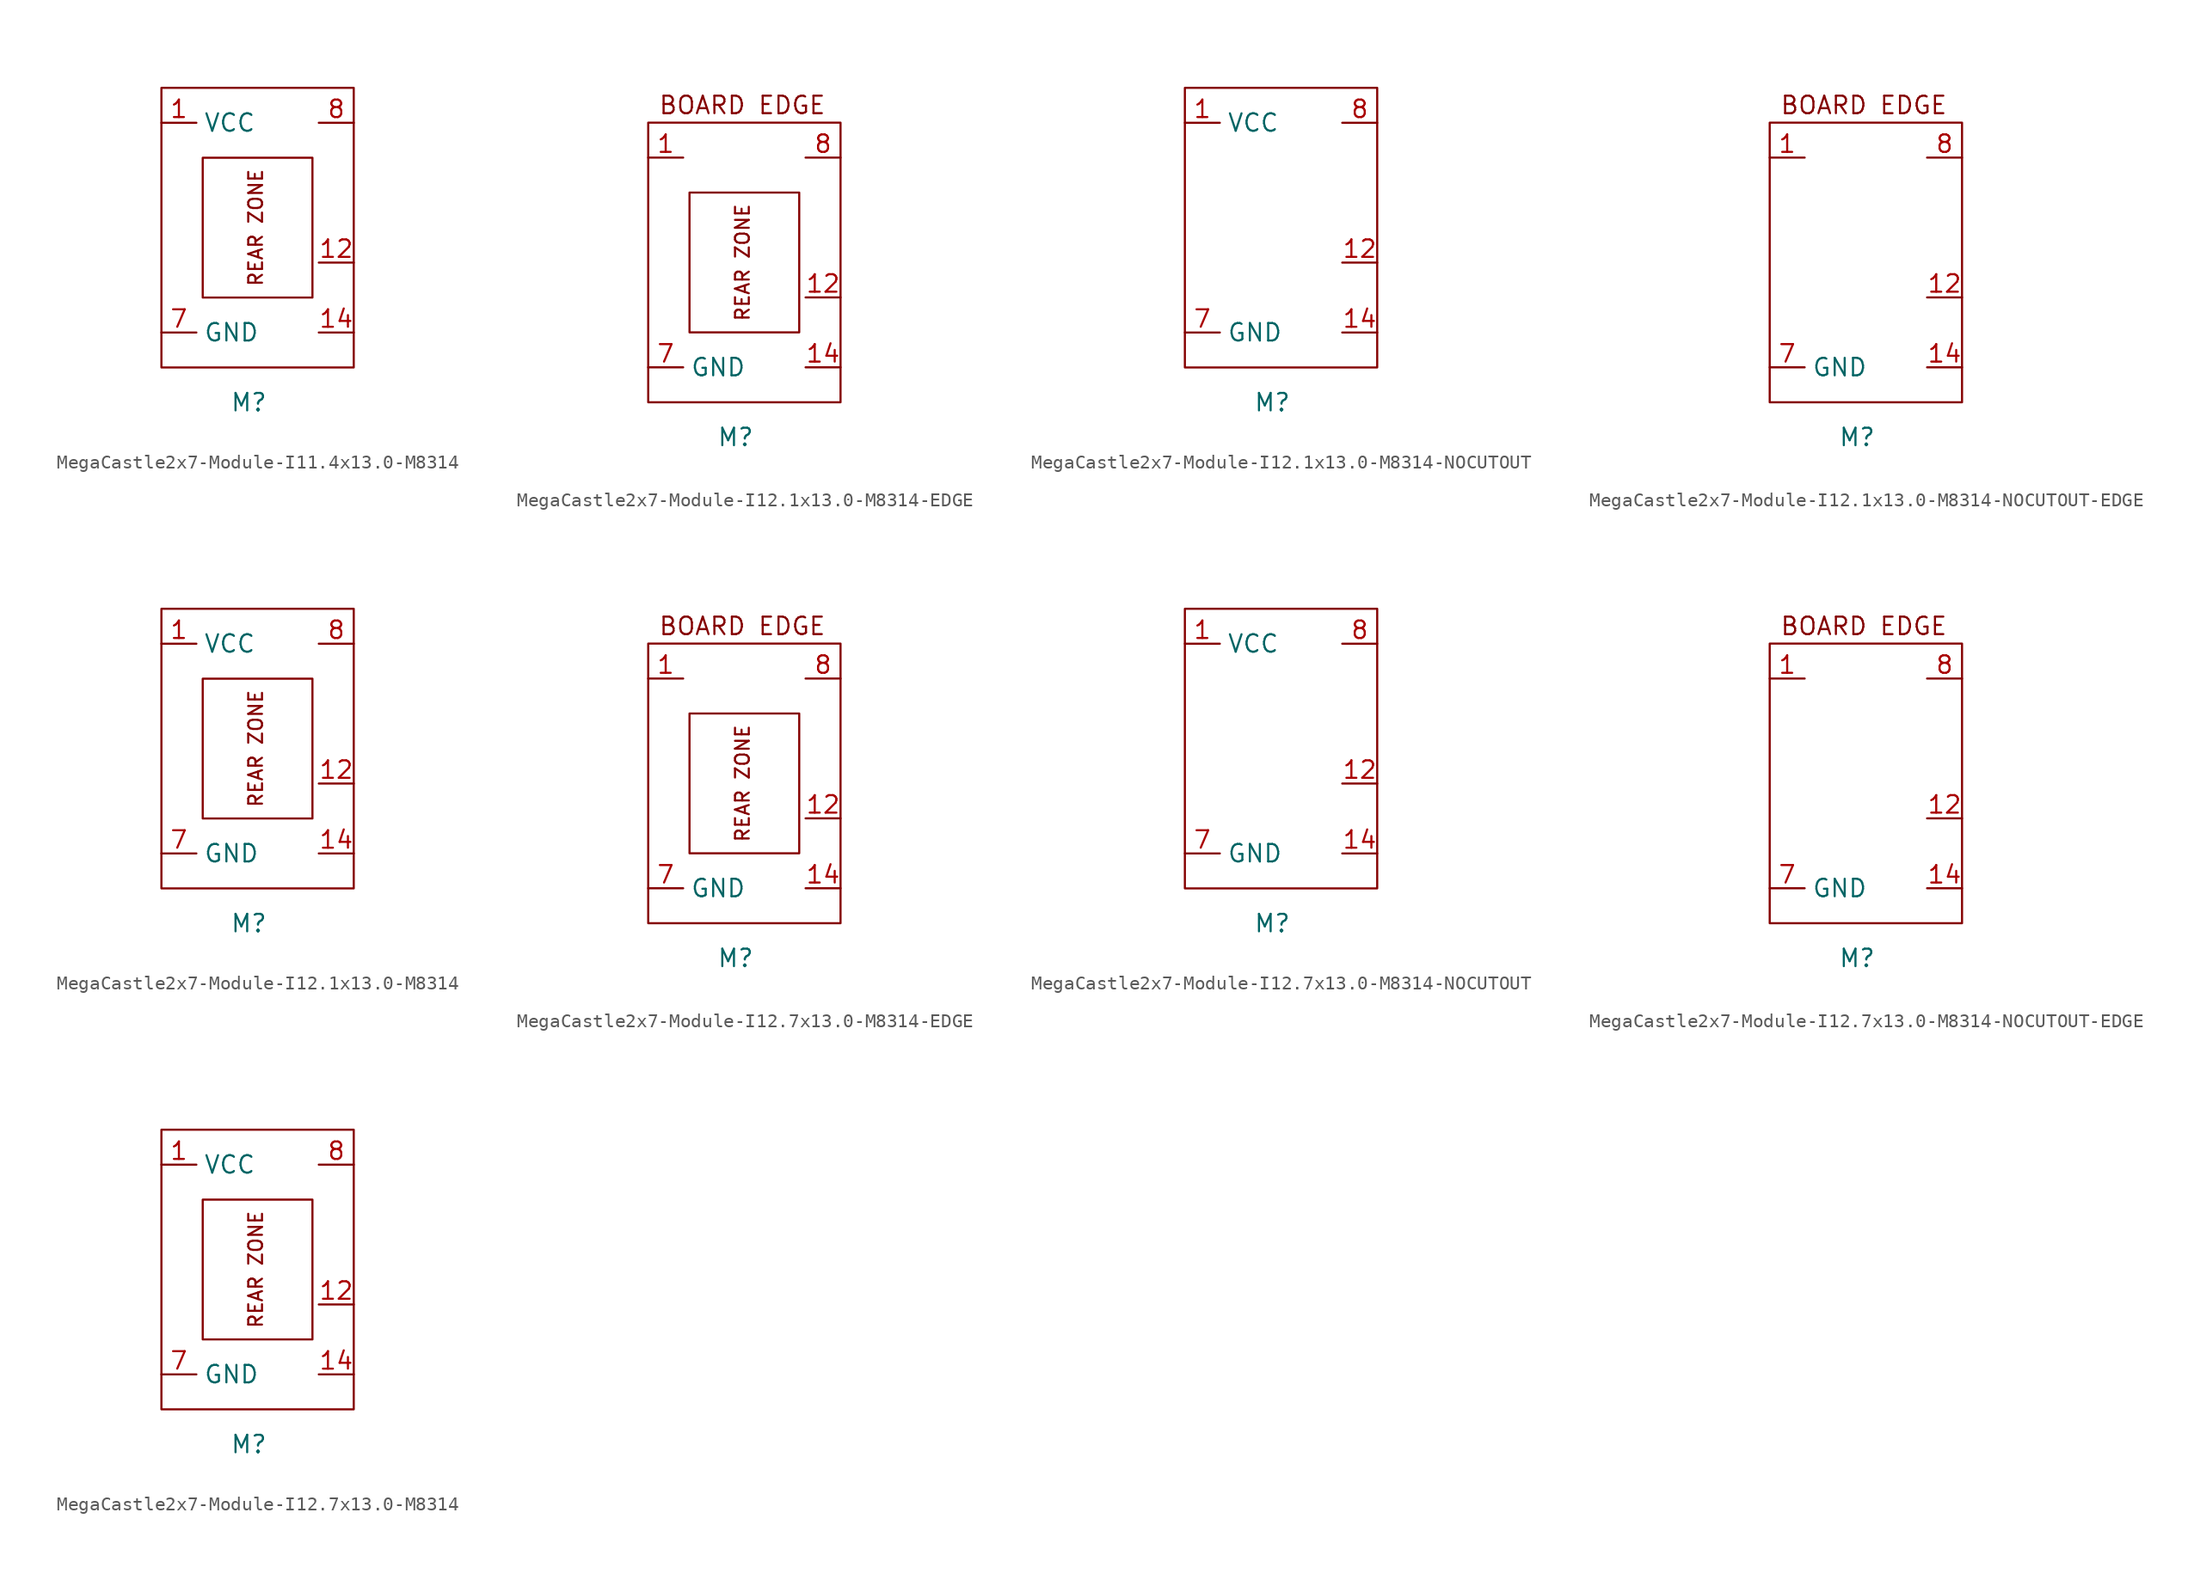
<source format=kicad_sym>
(kicad_symbol_lib
  (version 20231120)
  (generator "kicad_symbol_editor")
  (generator_version "8.0")
  (symbol "MegaCastle2x7-Module-I11.4x13.0-M8314"
    (property "Reference" "M"
      (at 0 -12.7 0)
      (effects (font (size 1.27 1.27))))
    (property "Value" ""
      (at 0 5.08 0)
      (effects (font (size 1.27 1.27))))
    (symbol "MegaCastle2x7-Module-I11.4x13.0-M8314_0_1"
      (rectangle (start -6.35 10.16) (end 7.62 -10.16) (stroke (width 0) (type default)) (fill (type none)))
      (rectangle (start -3.35 5.08) (end 4.62 -5.08) (stroke (width 0) (type default)) (fill (type none))))
    (symbol "MegaCastle2x7-Module-I11.4x13.0-M8314_1_1"
      (text "REAR ZONE" (at 0.5 0 900) (effects (font (size 1 1))))
      (pin bidirectional line (at -6.35 7.62 0) (length 2.54) (name "VCC" (effects (font (size 1.27 1.27)))) (number "1" (effects (font (size 1.27 1.27)))))
      (pin bidirectional line (at 7.62 -2.54 180) (length 2.54) (name "" (effects (font (size 1.27 1.27)))) (number "12" (effects (font (size 1.27 1.27)))))
      (pin bidirectional line (at 7.62 -7.62 180) (length 2.54) (name "" (effects (font (size 1.27 1.27)))) (number "14" (effects (font (size 1.27 1.27)))))
      (pin bidirectional line (at -6.35 -7.62 0) (length 2.54) (name "GND" (effects (font (size 1.27 1.27)))) (number "7" (effects (font (size 1.27 1.27)))))
      (pin bidirectional line (at 7.62 7.62 180) (length 2.54) (name "" (effects (font (size 1.27 1.27)))) (number "8" (effects (font (size 1.27 1.27)))))))
  (symbol "MegaCastle2x7-Module-I12.1x13.0-M8314-EDGE"
    (property "Reference" "M"
      (at 0 -12.7 0)
      (effects (font (size 1.27 1.27))))
    (property "Value" ""
      (at 0 5.08 0)
      (effects (font (size 1.27 1.27))))
    (symbol "MegaCastle2x7-Module-I12.1x13.0-M8314-EDGE_0_1"
      (rectangle (start -6.35 10.16) (end 7.62 -10.16) (stroke (width 0) (type default)) (fill (type none)))
      (rectangle (start -3.35 5.08) (end 4.62 -5.08) (stroke (width 0) (type default)) (fill (type none))))
    (symbol "MegaCastle2x7-Module-I12.1x13.0-M8314-EDGE_1_1"
      (text " BOARD EDGE" (at 0 11.43 0) (effects (font (size 1.27 1.27))))
      (text "REAR ZONE" (at 0.5 0 900) (effects (font (size 1 1))))
      (pin bidirectional line (at -6.35 7.62 0) (length 2.54) (name "" (effects (font (size 1.27 1.27)))) (number "1" (effects (font (size 1.27 1.27)))))
      (pin bidirectional line (at 7.62 -2.54 180) (length 2.54) (name "" (effects (font (size 1.27 1.27)))) (number "12" (effects (font (size 1.27 1.27)))))
      (pin bidirectional line (at 7.62 -7.62 180) (length 2.54) (name "" (effects (font (size 1.27 1.27)))) (number "14" (effects (font (size 1.27 1.27)))))
      (pin bidirectional line (at -6.35 -7.62 0) (length 2.54) (name "GND" (effects (font (size 1.27 1.27)))) (number "7" (effects (font (size 1.27 1.27)))))
      (pin bidirectional line (at 7.62 7.62 180) (length 2.54) (name "" (effects (font (size 1.27 1.27)))) (number "8" (effects (font (size 1.27 1.27)))))))
  (symbol "MegaCastle2x7-Module-I12.1x13.0-M8314-NOCUTOUT"
    (property "Reference" "M"
      (at 0 -12.7 0)
      (effects (font (size 1.27 1.27))))
    (property "Value" ""
      (at 0 5.08 0)
      (effects (font (size 1.27 1.27))))
    (symbol "MegaCastle2x7-Module-I12.1x13.0-M8314-NOCUTOUT_0_1"
      (rectangle (start -6.35 10.16) (end 7.62 -10.16) (stroke (width 0) (type default)) (fill (type none))))
    (symbol "MegaCastle2x7-Module-I12.1x13.0-M8314-NOCUTOUT_1_1"
      (pin bidirectional line (at -6.35 7.62 0) (length 2.54) (name "VCC" (effects (font (size 1.27 1.27)))) (number "1" (effects (font (size 1.27 1.27)))))
      (pin bidirectional line (at 7.62 -2.54 180) (length 2.54) (name "" (effects (font (size 1.27 1.27)))) (number "12" (effects (font (size 1.27 1.27)))))
      (pin bidirectional line (at 7.62 -7.62 180) (length 2.54) (name "" (effects (font (size 1.27 1.27)))) (number "14" (effects (font (size 1.27 1.27)))))
      (pin bidirectional line (at -6.35 -7.62 0) (length 2.54) (name "GND" (effects (font (size 1.27 1.27)))) (number "7" (effects (font (size 1.27 1.27)))))
      (pin bidirectional line (at 7.62 7.62 180) (length 2.54) (name "" (effects (font (size 1.27 1.27)))) (number "8" (effects (font (size 1.27 1.27)))))))
  (symbol "MegaCastle2x7-Module-I12.1x13.0-M8314-NOCUTOUT-EDGE"
    (property "Reference" "M"
      (at 0 -12.7 0)
      (effects (font (size 1.27 1.27))))
    (property "Value" ""
      (at 0 5.08 0)
      (effects (font (size 1.27 1.27))))
    (symbol "MegaCastle2x7-Module-I12.1x13.0-M8314-NOCUTOUT-EDGE_0_1"
      (rectangle (start -6.35 10.16) (end 7.62 -10.16) (stroke (width 0) (type default)) (fill (type none))))
    (symbol "MegaCastle2x7-Module-I12.1x13.0-M8314-NOCUTOUT-EDGE_1_1"
      (text " BOARD EDGE" (at 0 11.43 0) (effects (font (size 1.27 1.27))))
      (pin bidirectional line (at -6.35 7.62 0) (length 2.54) (name "" (effects (font (size 1.27 1.27)))) (number "1" (effects (font (size 1.27 1.27)))))
      (pin bidirectional line (at 7.62 -2.54 180) (length 2.54) (name "" (effects (font (size 1.27 1.27)))) (number "12" (effects (font (size 1.27 1.27)))))
      (pin bidirectional line (at 7.62 -7.62 180) (length 2.54) (name "" (effects (font (size 1.27 1.27)))) (number "14" (effects (font (size 1.27 1.27)))))
      (pin bidirectional line (at -6.35 -7.62 0) (length 2.54) (name "GND" (effects (font (size 1.27 1.27)))) (number "7" (effects (font (size 1.27 1.27)))))
      (pin bidirectional line (at 7.62 7.62 180) (length 2.54) (name "" (effects (font (size 1.27 1.27)))) (number "8" (effects (font (size 1.27 1.27)))))))
  (symbol "MegaCastle2x7-Module-I12.1x13.0-M8314"
    (property "Reference" "M"
      (at 0 -12.7 0)
      (effects (font (size 1.27 1.27))))
    (property "Value" ""
      (at 0 5.08 0)
      (effects (font (size 1.27 1.27))))
    (symbol "MegaCastle2x7-Module-I12.1x13.0-M8314_0_1"
      (rectangle (start -6.35 10.16) (end 7.62 -10.16) (stroke (width 0) (type default)) (fill (type none)))
      (rectangle (start -3.35 5.08) (end 4.62 -5.08) (stroke (width 0) (type default)) (fill (type none))))
    (symbol "MegaCastle2x7-Module-I12.1x13.0-M8314_1_1"
      (text "REAR ZONE" (at 0.5 0 900) (effects (font (size 1 1))))
      (pin bidirectional line (at -6.35 7.62 0) (length 2.54) (name "VCC" (effects (font (size 1.27 1.27)))) (number "1" (effects (font (size 1.27 1.27)))))
      (pin bidirectional line (at 7.62 -2.54 180) (length 2.54) (name "" (effects (font (size 1.27 1.27)))) (number "12" (effects (font (size 1.27 1.27)))))
      (pin bidirectional line (at 7.62 -7.62 180) (length 2.54) (name "" (effects (font (size 1.27 1.27)))) (number "14" (effects (font (size 1.27 1.27)))))
      (pin bidirectional line (at -6.35 -7.62 0) (length 2.54) (name "GND" (effects (font (size 1.27 1.27)))) (number "7" (effects (font (size 1.27 1.27)))))
      (pin bidirectional line (at 7.62 7.62 180) (length 2.54) (name "" (effects (font (size 1.27 1.27)))) (number "8" (effects (font (size 1.27 1.27)))))))
  (symbol "MegaCastle2x7-Module-I12.7x13.0-M8314-EDGE"
    (property "Reference" "M"
      (at 0 -12.7 0)
      (effects (font (size 1.27 1.27))))
    (property "Value" ""
      (at 0 5.08 0)
      (effects (font (size 1.27 1.27))))
    (symbol "MegaCastle2x7-Module-I12.7x13.0-M8314-EDGE_0_1"
      (rectangle (start -6.35 10.16) (end 7.62 -10.16) (stroke (width 0) (type default)) (fill (type none)))
      (rectangle (start -3.35 5.08) (end 4.62 -5.08) (stroke (width 0) (type default)) (fill (type none))))
    (symbol "MegaCastle2x7-Module-I12.7x13.0-M8314-EDGE_1_1"
      (text " BOARD EDGE" (at 0 11.43 0) (effects (font (size 1.27 1.27))))
      (text "REAR ZONE" (at 0.5 0 900) (effects (font (size 1 1))))
      (pin bidirectional line (at -6.35 7.62 0) (length 2.54) (name "" (effects (font (size 1.27 1.27)))) (number "1" (effects (font (size 1.27 1.27)))))
      (pin bidirectional line (at 7.62 -2.54 180) (length 2.54) (name "" (effects (font (size 1.27 1.27)))) (number "12" (effects (font (size 1.27 1.27)))))
      (pin bidirectional line (at 7.62 -7.62 180) (length 2.54) (name "" (effects (font (size 1.27 1.27)))) (number "14" (effects (font (size 1.27 1.27)))))
      (pin bidirectional line (at -6.35 -7.62 0) (length 2.54) (name "GND" (effects (font (size 1.27 1.27)))) (number "7" (effects (font (size 1.27 1.27)))))
      (pin bidirectional line (at 7.62 7.62 180) (length 2.54) (name "" (effects (font (size 1.27 1.27)))) (number "8" (effects (font (size 1.27 1.27)))))))
  (symbol "MegaCastle2x7-Module-I12.7x13.0-M8314-NOCUTOUT"
    (property "Reference" "M"
      (at 0 -12.7 0)
      (effects (font (size 1.27 1.27))))
    (property "Value" ""
      (at 0 5.08 0)
      (effects (font (size 1.27 1.27))))
    (symbol "MegaCastle2x7-Module-I12.7x13.0-M8314-NOCUTOUT_0_1"
      (rectangle (start -6.35 10.16) (end 7.62 -10.16) (stroke (width 0) (type default)) (fill (type none))))
    (symbol "MegaCastle2x7-Module-I12.7x13.0-M8314-NOCUTOUT_1_1"
      (pin bidirectional line (at -6.35 7.62 0) (length 2.54) (name "VCC" (effects (font (size 1.27 1.27)))) (number "1" (effects (font (size 1.27 1.27)))))
      (pin bidirectional line (at 7.62 -2.54 180) (length 2.54) (name "" (effects (font (size 1.27 1.27)))) (number "12" (effects (font (size 1.27 1.27)))))
      (pin bidirectional line (at 7.62 -7.62 180) (length 2.54) (name "" (effects (font (size 1.27 1.27)))) (number "14" (effects (font (size 1.27 1.27)))))
      (pin bidirectional line (at -6.35 -7.62 0) (length 2.54) (name "GND" (effects (font (size 1.27 1.27)))) (number "7" (effects (font (size 1.27 1.27)))))
      (pin bidirectional line (at 7.62 7.62 180) (length 2.54) (name "" (effects (font (size 1.27 1.27)))) (number "8" (effects (font (size 1.27 1.27)))))))
  (symbol "MegaCastle2x7-Module-I12.7x13.0-M8314-NOCUTOUT-EDGE"
    (property "Reference" "M"
      (at 0 -12.7 0)
      (effects (font (size 1.27 1.27))))
    (property "Value" ""
      (at 0 5.08 0)
      (effects (font (size 1.27 1.27))))
    (symbol "MegaCastle2x7-Module-I12.7x13.0-M8314-NOCUTOUT-EDGE_0_1"
      (rectangle (start -6.35 10.16) (end 7.62 -10.16) (stroke (width 0) (type default)) (fill (type none))))
    (symbol "MegaCastle2x7-Module-I12.7x13.0-M8314-NOCUTOUT-EDGE_1_1"
      (text " BOARD EDGE" (at 0 11.43 0) (effects (font (size 1.27 1.27))))
      (pin bidirectional line (at -6.35 7.62 0) (length 2.54) (name "" (effects (font (size 1.27 1.27)))) (number "1" (effects (font (size 1.27 1.27)))))
      (pin bidirectional line (at 7.62 -2.54 180) (length 2.54) (name "" (effects (font (size 1.27 1.27)))) (number "12" (effects (font (size 1.27 1.27)))))
      (pin bidirectional line (at 7.62 -7.62 180) (length 2.54) (name "" (effects (font (size 1.27 1.27)))) (number "14" (effects (font (size 1.27 1.27)))))
      (pin bidirectional line (at -6.35 -7.62 0) (length 2.54) (name "GND" (effects (font (size 1.27 1.27)))) (number "7" (effects (font (size 1.27 1.27)))))
      (pin bidirectional line (at 7.62 7.62 180) (length 2.54) (name "" (effects (font (size 1.27 1.27)))) (number "8" (effects (font (size 1.27 1.27)))))))
  (symbol "MegaCastle2x7-Module-I12.7x13.0-M8314"
    (property "Reference" "M"
      (at 0 -12.7 0)
      (effects (font (size 1.27 1.27))))
    (property "Value" ""
      (at 0 5.08 0)
      (effects (font (size 1.27 1.27))))
    (symbol "MegaCastle2x7-Module-I12.7x13.0-M8314_0_1"
      (rectangle (start -6.35 10.16) (end 7.62 -10.16) (stroke (width 0) (type default)) (fill (type none)))
      (rectangle (start -3.35 5.08) (end 4.62 -5.08) (stroke (width 0) (type default)) (fill (type none))))
    (symbol "MegaCastle2x7-Module-I12.7x13.0-M8314_1_1"
      (text "REAR ZONE" (at 0.5 0 900) (effects (font (size 1 1))))
      (pin bidirectional line (at -6.35 7.62 0) (length 2.54) (name "VCC" (effects (font (size 1.27 1.27)))) (number "1" (effects (font (size 1.27 1.27)))))
      (pin bidirectional line (at 7.62 -2.54 180) (length 2.54) (name "" (effects (font (size 1.27 1.27)))) (number "12" (effects (font (size 1.27 1.27)))))
      (pin bidirectional line (at 7.62 -7.62 180) (length 2.54) (name "" (effects (font (size 1.27 1.27)))) (number "14" (effects (font (size 1.27 1.27)))))
      (pin bidirectional line (at -6.35 -7.62 0) (length 2.54) (name "GND" (effects (font (size 1.27 1.27)))) (number "7" (effects (font (size 1.27 1.27)))))
      (pin bidirectional line (at 7.62 7.62 180) (length 2.54) (name "" (effects (font (size 1.27 1.27)))) (number "8" (effects (font (size 1.27 1.27))))))))
</source>
